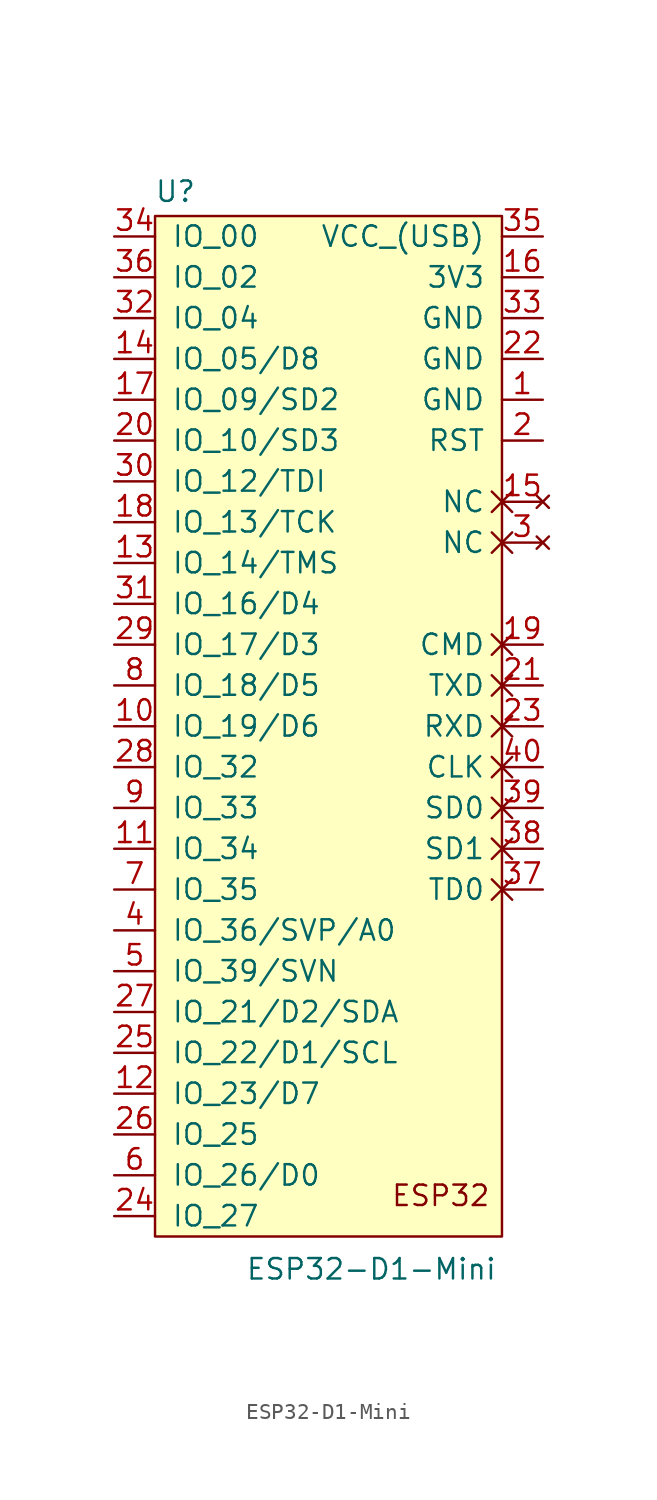
<source format=kicad_sym>
(kicad_symbol_lib
  (version 20211014)
  (generator kicad_symbol_editor)
  (symbol "ESP32-D1-Mini"
    (pin_names
      (offset 1.016))
    (property "Reference" "U"
      (at -9.652 34.544 0)
      (effects (font (size 1.27 1.27))))
    (property "Value" "ESP32-D1-Mini"
      (at 2.54 -32.512 0)
      (effects (font (size 1.27 1.27))))
    (symbol "ESP32-D1-Mini_0_0"
      (text "ESP32" (at 6.858 -27.94 0) (effects (font (size 1.27 1.27))))
      (pin power_in line (at 13.208 21.59 180) (length 2.54) (name "GND" (effects (font (size 1.27 1.27)))) (number "1" (effects (font (size 1.27 1.27)))))
      (pin input line (at 13.208 19.05 180) (length 2.54) (name "RST" (effects (font (size 1.27 1.27)))) (number "2" (effects (font (size 1.27 1.27)))))
      (pin no_connect non_logic (at 13.208 12.7 180) (length 2.54) (name "NC" (effects (font (size 1.27 1.27)))) (number "3" (effects (font (size 1.27 1.27)))))
      (pin bidirectional line (at -13.462 -11.43 0) (length 2.54) (name "IO_36/SVP/A0" (effects (font (size 1.27 1.27)))) (number "4" (effects (font (size 1.27 1.27)))))
      (pin bidirectional line (at -13.462 -13.97 0) (length 2.54) (name "IO_39/SVN" (effects (font (size 1.27 1.27)))) (number "5" (effects (font (size 1.27 1.27))))))
    (symbol "ESP32-D1-Mini_0_1"
      (rectangle (start -10.922 33.02) (end 10.668 -30.48) (stroke (width 0) (type default) (color 0 0 0 0)) (fill (type background))))
    (symbol "ESP32-D1-Mini_1_1"
      (pin bidirectional line (at -13.462 1.27 0) (length 2.54) (name "IO_19/D6" (effects (font (size 1.27 1.27)))) (number "10" (effects (font (size 1.27 1.27)))))
      (pin bidirectional line (at -13.462 -6.35 0) (length 2.54) (name "IO_34" (effects (font (size 1.27 1.27)))) (number "11" (effects (font (size 1.27 1.27)))))
      (pin bidirectional line (at -13.462 -21.59 0) (length 2.54) (name "IO_23/D7" (effects (font (size 1.27 1.27)))) (number "12" (effects (font (size 1.27 1.27)))))
      (pin bidirectional line (at -13.462 11.43 0) (length 2.54) (name "IO_14/TMS" (effects (font (size 1.27 1.27)))) (number "13" (effects (font (size 1.27 1.27)))))
      (pin bidirectional line (at -13.462 24.13 0) (length 2.54) (name "IO_05/D8" (effects (font (size 1.27 1.27)))) (number "14" (effects (font (size 1.27 1.27)))))
      (pin no_connect non_logic (at 13.208 15.24 180) (length 2.54) (name "NC" (effects (font (size 1.27 1.27)))) (number "15" (effects (font (size 1.27 1.27)))))
      (pin power_in line (at 13.208 29.21 180) (length 2.54) (name "3V3" (effects (font (size 1.27 1.27)))) (number "16" (effects (font (size 1.27 1.27)))))
      (pin bidirectional line (at -13.462 21.59 0) (length 2.54) (name "IO_09/SD2" (effects (font (size 1.27 1.27)))) (number "17" (effects (font (size 1.27 1.27)))))
      (pin bidirectional line (at -13.462 13.97 0) (length 2.54) (name "IO_13/TCK" (effects (font (size 1.27 1.27)))) (number "18" (effects (font (size 1.27 1.27)))))
      (pin passive non_logic (at 13.208 6.35 180) (length 2.54) (name "CMD" (effects (font (size 1.27 1.27)))) (number "19" (effects (font (size 1.27 1.27)))))
      (pin bidirectional line (at -13.462 19.05 0) (length 2.54) (name "IO_10/SD3" (effects (font (size 1.27 1.27)))) (number "20" (effects (font (size 1.27 1.27)))))
      (pin passive non_logic (at 13.208 3.81 180) (length 2.54) (name "TXD" (effects (font (size 1.27 1.27)))) (number "21" (effects (font (size 1.27 1.27)))))
      (pin power_in line (at 13.208 24.13 180) (length 2.54) (name "GND" (effects (font (size 1.27 1.27)))) (number "22" (effects (font (size 1.27 1.27)))))
      (pin passive non_logic (at 13.208 1.27 180) (length 2.54) (name "RXD" (effects (font (size 1.27 1.27)))) (number "23" (effects (font (size 1.27 1.27)))))
      (pin bidirectional line (at -13.462 -29.21 0) (length 2.54) (name "IO_27" (effects (font (size 1.27 1.27)))) (number "24" (effects (font (size 1.27 1.27)))))
      (pin bidirectional line (at -13.462 -19.05 0) (length 2.54) (name "IO_22/D1/SCL" (effects (font (size 1.27 1.27)))) (number "25" (effects (font (size 1.27 1.27)))))
      (pin bidirectional line (at -13.462 -24.13 0) (length 2.54) (name "IO_25" (effects (font (size 1.27 1.27)))) (number "26" (effects (font (size 1.27 1.27)))))
      (pin bidirectional line (at -13.462 -16.51 0) (length 2.54) (name "IO_21/D2/SDA" (effects (font (size 1.27 1.27)))) (number "27" (effects (font (size 1.27 1.27)))))
      (pin bidirectional line (at -13.462 -1.27 0) (length 2.54) (name "IO_32" (effects (font (size 1.27 1.27)))) (number "28" (effects (font (size 1.27 1.27)))))
      (pin bidirectional line (at -13.462 6.35 0) (length 2.54) (name "IO_17/D3" (effects (font (size 1.27 1.27)))) (number "29" (effects (font (size 1.27 1.27)))))
      (pin bidirectional line (at -13.462 16.51 0) (length 2.54) (name "IO_12/TDI" (effects (font (size 1.27 1.27)))) (number "30" (effects (font (size 1.27 1.27)))))
      (pin bidirectional line (at -13.462 8.89 0) (length 2.54) (name "IO_16/D4" (effects (font (size 1.27 1.27)))) (number "31" (effects (font (size 1.27 1.27)))))
      (pin bidirectional line (at -13.462 26.67 0) (length 2.54) (name "IO_04" (effects (font (size 1.27 1.27)))) (number "32" (effects (font (size 1.27 1.27)))))
      (pin power_in line (at 13.208 26.67 180) (length 2.54) (name "GND" (effects (font (size 1.27 1.27)))) (number "33" (effects (font (size 1.27 1.27)))))
      (pin bidirectional line (at -13.462 31.75 0) (length 2.54) (name "IO_00" (effects (font (size 1.27 1.27)))) (number "34" (effects (font (size 1.27 1.27)))))
      (pin power_in line (at 13.208 31.75 180) (length 2.54) (name "VCC_(USB)" (effects (font (size 1.27 1.27)))) (number "35" (effects (font (size 1.27 1.27)))))
      (pin bidirectional line (at -13.462 29.21 0) (length 2.54) (name "IO_02" (effects (font (size 1.27 1.27)))) (number "36" (effects (font (size 1.27 1.27)))))
      (pin passive non_logic (at 13.208 -8.89 180) (length 2.54) (name "TD0" (effects (font (size 1.27 1.27)))) (number "37" (effects (font (size 1.27 1.27)))))
      (pin passive non_logic (at 13.208 -6.35 180) (length 2.54) (name "SD1" (effects (font (size 1.27 1.27)))) (number "38" (effects (font (size 1.27 1.27)))))
      (pin passive non_logic (at 13.208 -3.81 180) (length 2.54) (name "SD0" (effects (font (size 1.27 1.27)))) (number "39" (effects (font (size 1.27 1.27)))))
      (pin passive non_logic (at 13.208 -1.27 180) (length 2.54) (name "CLK" (effects (font (size 1.27 1.27)))) (number "40" (effects (font (size 1.27 1.27)))))
      (pin bidirectional line (at -13.462 -26.67 0) (length 2.54) (name "IO_26/D0" (effects (font (size 1.27 1.27)))) (number "6" (effects (font (size 1.27 1.27)))))
      (pin bidirectional line (at -13.462 -8.89 0) (length 2.54) (name "IO_35" (effects (font (size 1.27 1.27)))) (number "7" (effects (font (size 1.27 1.27)))))
      (pin bidirectional line (at -13.462 3.81 0) (length 2.54) (name "IO_18/D5" (effects (font (size 1.27 1.27)))) (number "8" (effects (font (size 1.27 1.27)))))
      (pin bidirectional line (at -13.462 -3.81 0) (length 2.54) (name "IO_33" (effects (font (size 1.27 1.27)))) (number "9" (effects (font (size 1.27 1.27))))))))
</source>
